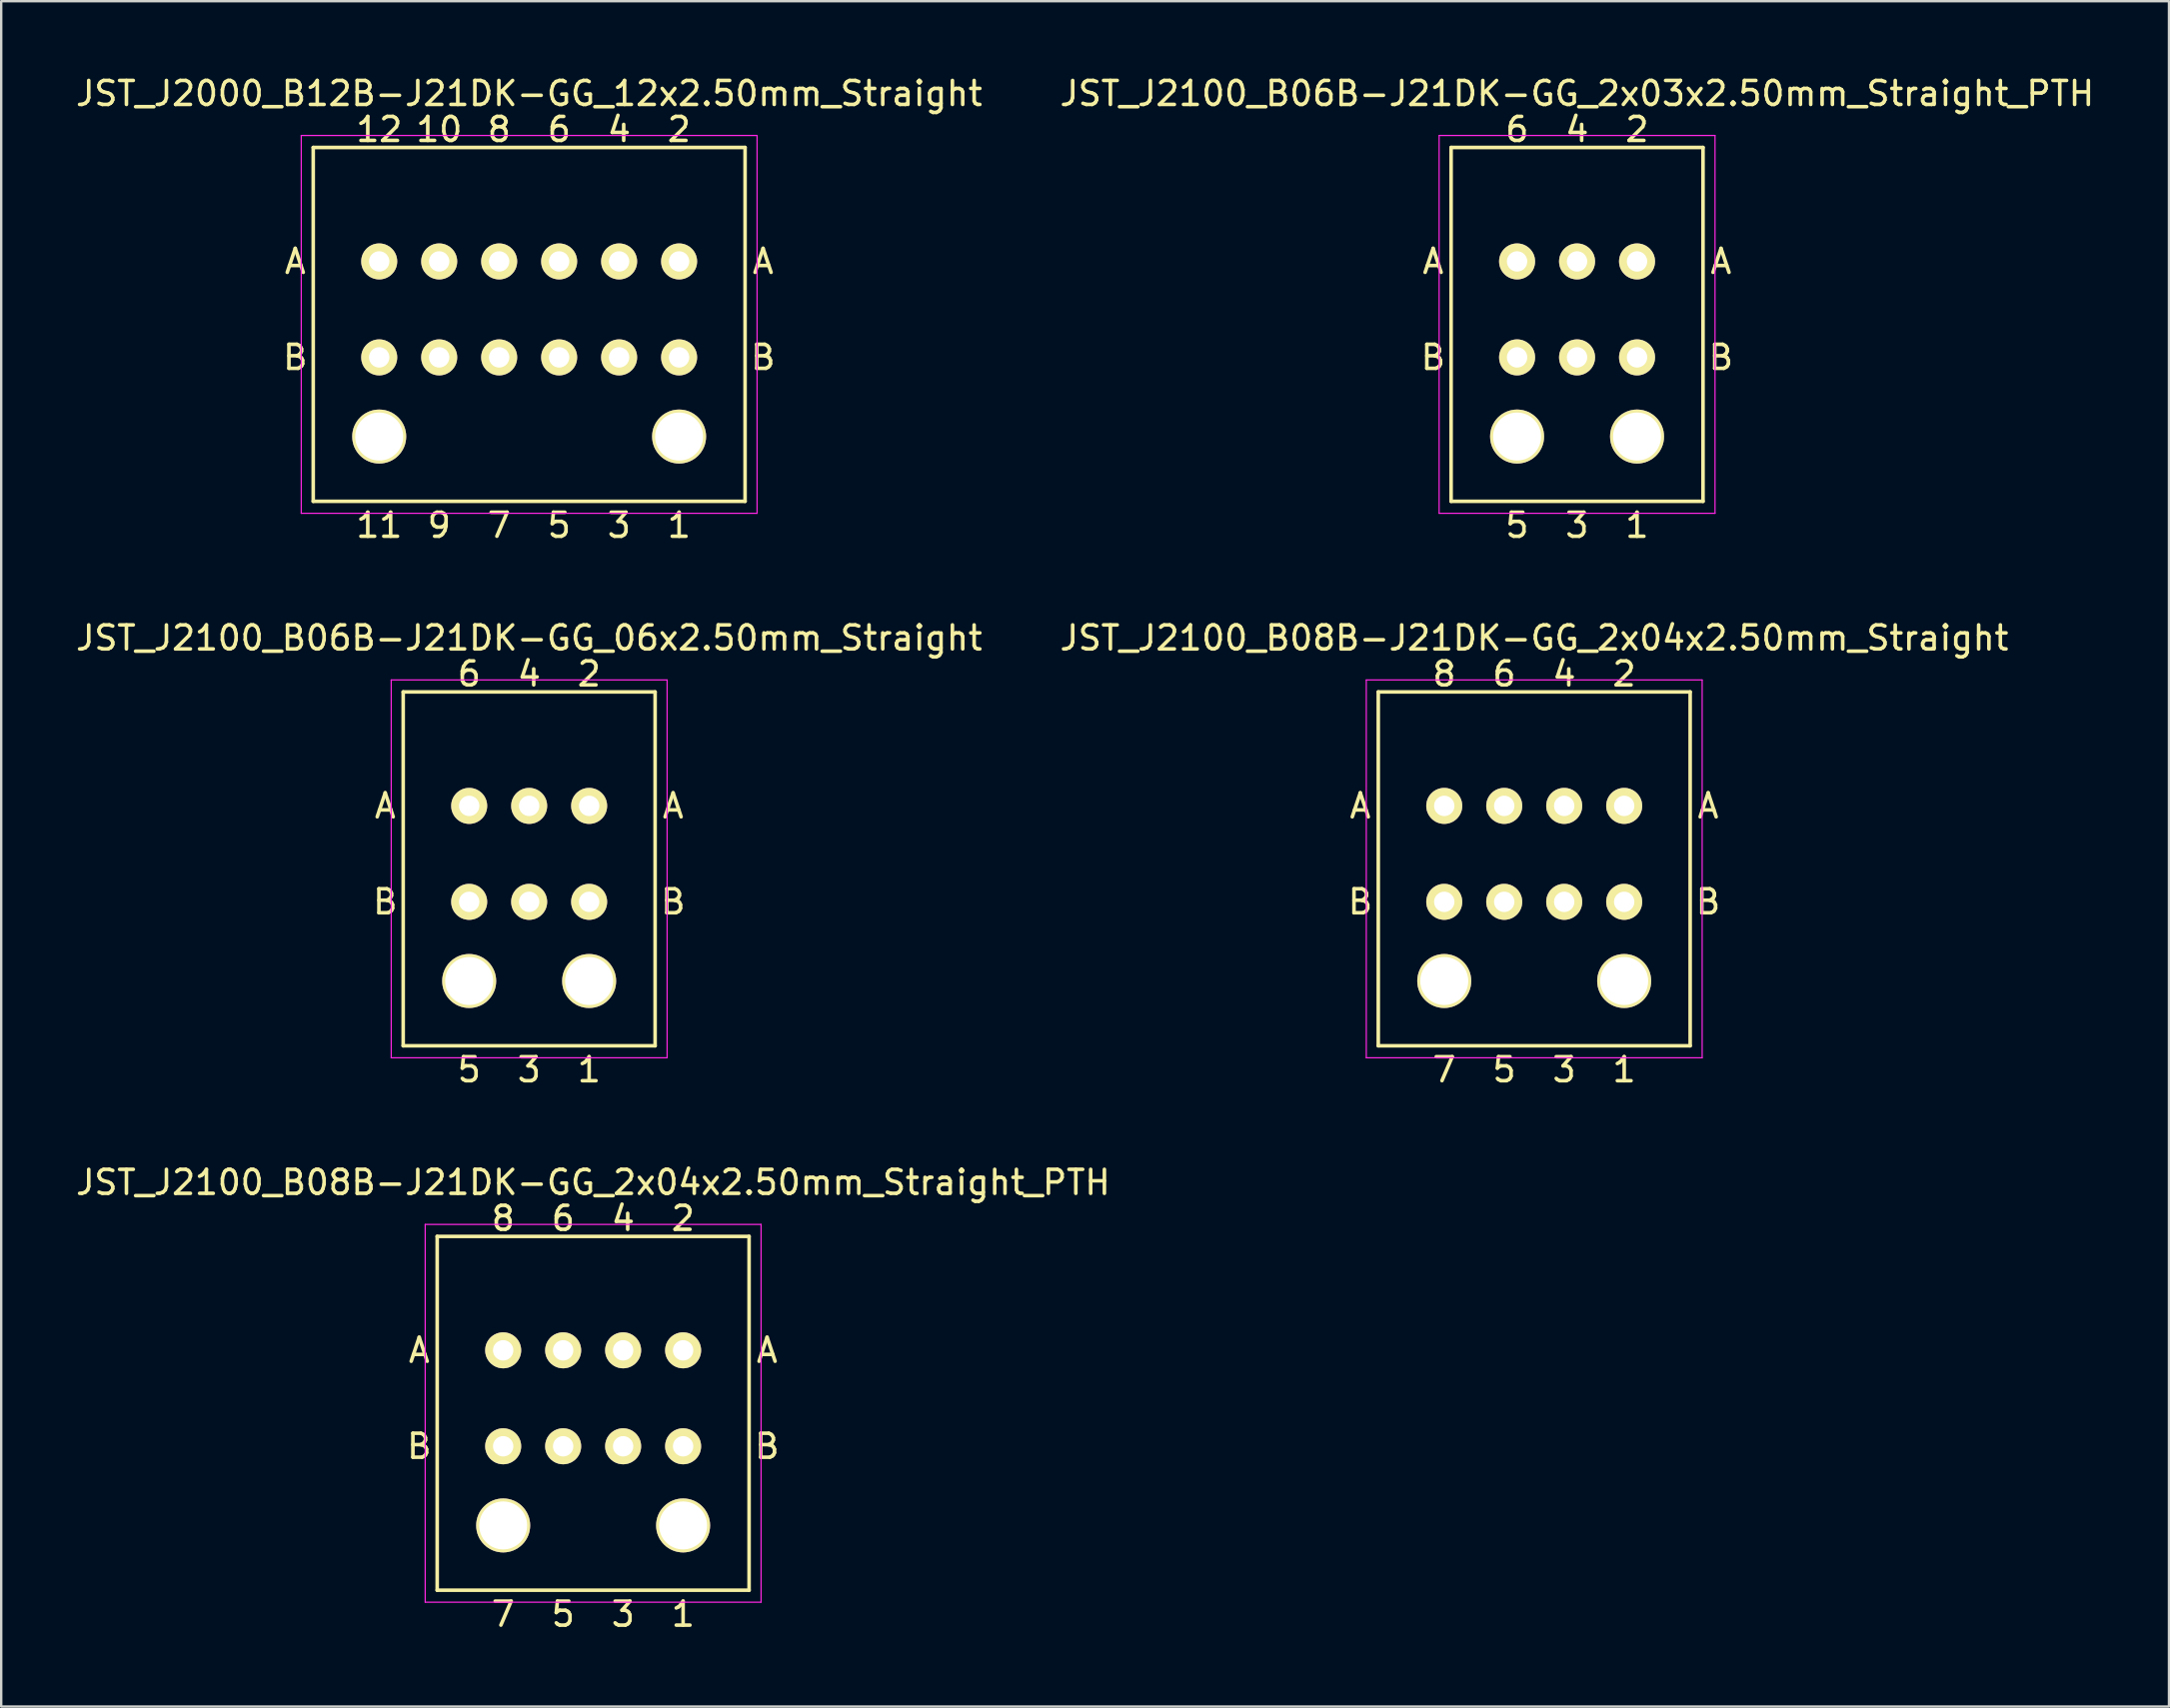
<source format=kicad_pcb>
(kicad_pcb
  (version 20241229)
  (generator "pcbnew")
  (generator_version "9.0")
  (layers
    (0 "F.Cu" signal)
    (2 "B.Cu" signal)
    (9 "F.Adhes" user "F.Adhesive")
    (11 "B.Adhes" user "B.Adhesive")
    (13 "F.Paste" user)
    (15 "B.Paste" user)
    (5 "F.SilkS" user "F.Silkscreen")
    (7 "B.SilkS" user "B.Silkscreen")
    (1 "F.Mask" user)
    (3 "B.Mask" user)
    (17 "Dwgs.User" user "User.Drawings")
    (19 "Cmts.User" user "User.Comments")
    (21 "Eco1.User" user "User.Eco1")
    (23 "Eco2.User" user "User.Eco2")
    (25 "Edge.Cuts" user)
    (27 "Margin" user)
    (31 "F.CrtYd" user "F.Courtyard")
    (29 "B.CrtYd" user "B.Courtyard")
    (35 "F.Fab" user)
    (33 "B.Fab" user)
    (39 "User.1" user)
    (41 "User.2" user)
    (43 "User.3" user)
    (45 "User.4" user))
  (footprint "JST_J2100_B08B-J21DK-GG_2x04x2.50mm_Straight"
    (layer "F.Cu")
    (at 64.649 34.545)
    (property "Reference" "JST_J2100_B08B-J21DK-GG_2x04x2.50mm_Straight" (at -3.75 -11 0) (layer "F.SilkS") (effects (font (size 1 1) (thickness 0.15))))
    (attr through_hole)
    (fp_line (start -10.25 6) (end -10.25 -8.75) (stroke (width 0.15) (type solid)) (layer "F.SilkS"))
    (fp_line (start 2.75 -8.75) (end -10.25 -8.75) (stroke (width 0.15) (type solid)) (layer "F.SilkS"))
    (fp_line (start 2.75 -8.75) (end 2.75 6) (stroke (width 0.15) (type solid)) (layer "F.SilkS"))
    (fp_line (start 2.75 6) (end -10.25 6) (stroke (width 0.15) (type solid)) (layer "F.SilkS"))
    (fp_line (start -10.75 -9.25) (end 3.25 -9.25) (stroke (width 0.05) (type solid)) (layer "F.CrtYd"))
    (fp_line (start -10.75 6.5) (end -10.75 -9.25) (stroke (width 0.05) (type solid)) (layer "F.CrtYd"))
    (fp_line (start 3.25 -9.25) (end 3.25 6.5) (stroke (width 0.05) (type solid)) (layer "F.CrtYd"))
    (fp_line (start 3.25 6.5) (end -10.75 6.5) (stroke (width 0.05) (type solid)) (layer "F.CrtYd"))
    (fp_text user "8" (at -7.5 -9.5 0) (layer "F.SilkS") (effects (font (size 1 1) (thickness 0.15))))
    (fp_text user "2" (at 0 -9.5 0) (layer "F.SilkS") (effects (font (size 1 1) (thickness 0.15))))
    (fp_text user "4" (at -2.5 -9.5 0) (layer "F.SilkS") (effects (font (size 1 1) (thickness 0.15))))
    (fp_text user "B" (at 3.5 0 0) (layer "F.SilkS") (effects (font (size 1 1) (thickness 0.15))))
    (fp_text user "A" (at -11 -4 0) (layer "F.SilkS") (effects (font (size 1 1) (thickness 0.15))))
    (fp_text user "7" (at -7.5 7 0) (layer "F.SilkS") (effects (font (size 1 1) (thickness 0.15))))
    (fp_text user "B" (at -11 0 0) (layer "F.SilkS") (effects (font (size 1 1) (thickness 0.15))))
    (fp_text user "A" (at 3.5 -4 0) (layer "F.SilkS") (effects (font (size 1 1) (thickness 0.15))))
    (fp_text user "1" (at 0 7 0) (layer "F.SilkS") (effects (font (size 1 1) (thickness 0.15))))
    (fp_text user "6" (at -5 -9.5 0) (layer "F.SilkS") (effects (font (size 1 1) (thickness 0.15))))
    (fp_text user "5" (at -5 7 0) (layer "F.SilkS") (effects (font (size 1 1) (thickness 0.15))))
    (fp_text user "3" (at -2.5 7 0) (layer "F.SilkS") (effects (font (size 1 1) (thickness 0.15))))
    (pad "" thru_hole circle (at -7.5 3.3) (size 2.25 2.25) (drill 2) (layers "*.Cu" "*.Mask" "F.SilkS"))
    (pad "" thru_hole circle (at 0 3.3) (size 2.25 2.25) (drill 2) (layers "*.Cu" "*.Mask" "F.SilkS"))
    (pad "1" thru_hole circle (at 0 0) (size 1.5 1.5) (drill 0.85) (layers "*.Cu" "*.Mask" "F.SilkS"))
    (pad "2" thru_hole circle (at 0 -4) (size 1.5 1.5) (drill 0.85) (layers "*.Cu" "*.Mask" "F.SilkS"))
    (pad "3" thru_hole circle (at -2.5 0) (size 1.5 1.5) (drill 0.85) (layers "*.Cu" "*.Mask" "F.SilkS"))
    (pad "4" thru_hole circle (at -2.5 -4) (size 1.5 1.5) (drill 0.85) (layers "*.Cu" "*.Mask" "F.SilkS"))
    (pad "5" thru_hole circle (at -5 0) (size 1.5 1.5) (drill 0.85) (layers "*.Cu" "*.Mask" "F.SilkS"))
    (pad "6" thru_hole circle (at -5 -4) (size 1.5 1.5) (drill 0.85) (layers "*.Cu" "*.Mask" "F.SilkS"))
    (pad "7" thru_hole circle (at -7.5 0) (size 1.5 1.5) (drill 0.85) (layers "*.Cu" "*.Mask" "F.SilkS"))
    (pad "8" thru_hole circle (at -7.5 -4) (size 1.5 1.5) (drill 0.85) (layers "*.Cu" "*.Mask" "F.SilkS")))
  (footprint "JST_J2100_B08B-J21DK-GG_2x04x2.50mm_Straight_PTH"
    (layer "F.Cu")
    (at 25.423 57.241)
    (property "Reference" "JST_J2100_B08B-J21DK-GG_2x04x2.50mm_Straight_PTH" (at -3.75 -11 0) (layer "F.SilkS") (effects (font (size 1 1) (thickness 0.15))))
    (attr through_hole)
    (fp_line (start -10.25 6) (end -10.25 -8.75) (stroke (width 0.15) (type solid)) (layer "F.SilkS"))
    (fp_line (start 2.75 -8.75) (end -10.25 -8.75) (stroke (width 0.15) (type solid)) (layer "F.SilkS"))
    (fp_line (start 2.75 -8.75) (end 2.75 6) (stroke (width 0.15) (type solid)) (layer "F.SilkS"))
    (fp_line (start 2.75 6) (end -10.25 6) (stroke (width 0.15) (type solid)) (layer "F.SilkS"))
    (fp_line (start -10.75 -9.25) (end 3.25 -9.25) (stroke (width 0.05) (type solid)) (layer "F.CrtYd"))
    (fp_line (start -10.75 6.5) (end -10.75 -9.25) (stroke (width 0.05) (type solid)) (layer "F.CrtYd"))
    (fp_line (start 3.25 -9.25) (end 3.25 6.5) (stroke (width 0.05) (type solid)) (layer "F.CrtYd"))
    (fp_line (start 3.25 6.5) (end -10.75 6.5) (stroke (width 0.05) (type solid)) (layer "F.CrtYd"))
    (fp_text user "7" (at -7.5 7 0) (layer "F.SilkS") (effects (font (size 1 1) (thickness 0.15))))
    (fp_text user "A" (at 3.5 -4 0) (layer "F.SilkS") (effects (font (size 1 1) (thickness 0.15))))
    (fp_text user "A" (at -11 -4 0) (layer "F.SilkS") (effects (font (size 1 1) (thickness 0.15))))
    (fp_text user "4" (at -2.5 -9.5 0) (layer "F.SilkS") (effects (font (size 1 1) (thickness 0.15))))
    (fp_text user "6" (at -5 -9.5 0) (layer "F.SilkS") (effects (font (size 1 1) (thickness 0.15))))
    (fp_text user "1" (at 0 7 0) (layer "F.SilkS") (effects (font (size 1 1) (thickness 0.15))))
    (fp_text user "B" (at -11 0 0) (layer "F.SilkS") (effects (font (size 1 1) (thickness 0.15))))
    (fp_text user "3" (at -2.5 7 0) (layer "F.SilkS") (effects (font (size 1 1) (thickness 0.15))))
    (fp_text user "8" (at -7.5 -9.5 0) (layer "F.SilkS") (effects (font (size 1 1) (thickness 0.15))))
    (fp_text user "5" (at -5 7 0) (layer "F.SilkS") (effects (font (size 1 1) (thickness 0.15))))
    (fp_text user "2" (at 0 -9.5 0) (layer "F.SilkS") (effects (font (size 1 1) (thickness 0.15))))
    (fp_text user "B" (at 3.5 0 0) (layer "F.SilkS") (effects (font (size 1 1) (thickness 0.15))))
    (pad "" thru_hole circle (at -7.5 3.3) (size 2.25 2.25) (drill 2) (layers "*.Cu" "*.Mask" "F.SilkS"))
    (pad "" thru_hole circle (at 0 3.3) (size 2.25 2.25) (drill 2) (layers "*.Cu" "*.Mask" "F.SilkS"))
    (pad "1" thru_hole circle (at 0 0) (size 1.5 1.5) (drill 0.85) (layers "*.Cu" "*.Mask" "F.SilkS"))
    (pad "2" thru_hole circle (at 0 -4) (size 1.5 1.5) (drill 0.85) (layers "*.Cu" "*.Mask" "F.SilkS"))
    (pad "3" thru_hole circle (at -2.5 0) (size 1.5 1.5) (drill 0.85) (layers "*.Cu" "*.Mask" "F.SilkS"))
    (pad "4" thru_hole circle (at -2.5 -4) (size 1.5 1.5) (drill 0.85) (layers "*.Cu" "*.Mask" "F.SilkS"))
    (pad "5" thru_hole circle (at -5 0) (size 1.5 1.5) (drill 0.85) (layers "*.Cu" "*.Mask" "F.SilkS"))
    (pad "6" thru_hole circle (at -5 -4) (size 1.5 1.5) (drill 0.85) (layers "*.Cu" "*.Mask" "F.SilkS"))
    (pad "7" thru_hole circle (at -7.5 0) (size 1.5 1.5) (drill 0.85) (layers "*.Cu" "*.Mask" "F.SilkS"))
    (pad "8" thru_hole circle (at -7.5 -4) (size 1.5 1.5) (drill 0.85) (layers "*.Cu" "*.Mask" "F.SilkS")))
  (footprint "JST_J2100_B06B-J21DK-GG_06x2.50mm_Straight"
    (layer "F.Cu")
    (at 21.506 34.545)
    (property "Reference" "JST_J2100_B06B-J21DK-GG_06x2.50mm_Straight" (at -2.5 -11 0) (layer "F.SilkS") (effects (font (size 1 1) (thickness 0.15))))
    (attr through_hole)
    (fp_line (start -7.75 6) (end -7.75 -8.75) (stroke (width 0.15) (type solid)) (layer "F.SilkS"))
    (fp_line (start 2.75 -8.75) (end -7.75 -8.75) (stroke (width 0.15) (type solid)) (layer "F.SilkS"))
    (fp_line (start 2.75 -8.75) (end 2.75 6) (stroke (width 0.15) (type solid)) (layer "F.SilkS"))
    (fp_line (start 2.75 6) (end -7.75 6) (stroke (width 0.15) (type solid)) (layer "F.SilkS"))
    (fp_line (start -8.25 -9.25) (end 3.25 -9.25) (stroke (width 0.05) (type solid)) (layer "F.CrtYd"))
    (fp_line (start -8.25 6.5) (end -8.25 -9.25) (stroke (width 0.05) (type solid)) (layer "F.CrtYd"))
    (fp_line (start 3.25 -9.25) (end 3.25 6.5) (stroke (width 0.05) (type solid)) (layer "F.CrtYd"))
    (fp_line (start 3.25 6.5) (end -8.25 6.5) (stroke (width 0.05) (type solid)) (layer "F.CrtYd"))
    (fp_text user "4" (at -2.5 -9.5 0) (layer "F.SilkS") (effects (font (size 1 1) (thickness 0.15))))
    (fp_text user "A" (at -8.5 -4 0) (layer "F.SilkS") (effects (font (size 1 1) (thickness 0.15))))
    (fp_text user "B" (at 3.5 0 0) (layer "F.SilkS") (effects (font (size 1 1) (thickness 0.15))))
    (fp_text user "A" (at 3.5 -4 0) (layer "F.SilkS") (effects (font (size 1 1) (thickness 0.15))))
    (fp_text user "1" (at 0 7 0) (layer "F.SilkS") (effects (font (size 1 1) (thickness 0.15))))
    (fp_text user "3" (at -2.5 7 0) (layer "F.SilkS") (effects (font (size 1 1) (thickness 0.15))))
    (fp_text user "5" (at -5 7 0) (layer "F.SilkS") (effects (font (size 1 1) (thickness 0.15))))
    (fp_text user "2" (at 0 -9.5 0) (layer "F.SilkS") (effects (font (size 1 1) (thickness 0.15))))
    (fp_text user "B" (at -8.5 0 0) (layer "F.SilkS") (effects (font (size 1 1) (thickness 0.15))))
    (fp_text user "6" (at -5 -9.5 0) (layer "F.SilkS") (effects (font (size 1 1) (thickness 0.15))))
    (pad "" thru_hole circle (at -5 3.3) (size 2.25 2.25) (drill 2) (layers "*.Cu" "*.Mask" "F.SilkS"))
    (pad "" thru_hole circle (at 0 3.3) (size 2.25 2.25) (drill 2) (layers "*.Cu" "*.Mask" "F.SilkS"))
    (pad "1" thru_hole circle (at 0 0) (size 1.5 1.5) (drill 0.85) (layers "*.Cu" "*.Mask" "F.SilkS"))
    (pad "2" thru_hole circle (at 0 -4) (size 1.5 1.5) (drill 0.85) (layers "*.Cu" "*.Mask" "F.SilkS"))
    (pad "3" thru_hole circle (at -2.5 0) (size 1.5 1.5) (drill 0.85) (layers "*.Cu" "*.Mask" "F.SilkS"))
    (pad "4" thru_hole circle (at -2.5 -4) (size 1.5 1.5) (drill 0.85) (layers "*.Cu" "*.Mask" "F.SilkS"))
    (pad "5" thru_hole circle (at -5 0) (size 1.5 1.5) (drill 0.85) (layers "*.Cu" "*.Mask" "F.SilkS"))
    (pad "6" thru_hole circle (at -5 -4) (size 1.5 1.5) (drill 0.85) (layers "*.Cu" "*.Mask" "F.SilkS")))
  (footprint "JST_J2100_B06B-J21DK-GG_2x03x2.50mm_Straight_PTH"
    (layer "F.Cu")
    (at 65.185 11.848)
    (property "Reference" "JST_J2100_B06B-J21DK-GG_2x03x2.50mm_Straight_PTH" (at -2.5 -11 0) (layer "F.SilkS") (effects (font (size 1 1) (thickness 0.15))))
    (attr through_hole)
    (fp_line (start -7.75 6) (end -7.75 -8.75) (stroke (width 0.15) (type solid)) (layer "F.SilkS"))
    (fp_line (start 2.75 -8.75) (end -7.75 -8.75) (stroke (width 0.15) (type solid)) (layer "F.SilkS"))
    (fp_line (start 2.75 -8.75) (end 2.75 6) (stroke (width 0.15) (type solid)) (layer "F.SilkS"))
    (fp_line (start 2.75 6) (end -7.75 6) (stroke (width 0.15) (type solid)) (layer "F.SilkS"))
    (fp_line (start -8.25 -9.25) (end 3.25 -9.25) (stroke (width 0.05) (type solid)) (layer "F.CrtYd"))
    (fp_line (start -8.25 6.5) (end -8.25 -9.25) (stroke (width 0.05) (type solid)) (layer "F.CrtYd"))
    (fp_line (start 3.25 -9.25) (end 3.25 6.5) (stroke (width 0.05) (type solid)) (layer "F.CrtYd"))
    (fp_line (start 3.25 6.5) (end -8.25 6.5) (stroke (width 0.05) (type solid)) (layer "F.CrtYd"))
    (fp_text user "6" (at -5 -9.5 0) (layer "F.SilkS") (effects (font (size 1 1) (thickness 0.15))))
    (fp_text user "5" (at -5 7 0) (layer "F.SilkS") (effects (font (size 1 1) (thickness 0.15))))
    (fp_text user "1" (at 0 7 0) (layer "F.SilkS") (effects (font (size 1 1) (thickness 0.15))))
    (fp_text user "A" (at 3.5 -4 0) (layer "F.SilkS") (effects (font (size 1 1) (thickness 0.15))))
    (fp_text user "B" (at -8.5 0 0) (layer "F.SilkS") (effects (font (size 1 1) (thickness 0.15))))
    (fp_text user "A" (at -8.5 -4 0) (layer "F.SilkS") (effects (font (size 1 1) (thickness 0.15))))
    (fp_text user "2" (at 0 -9.5 0) (layer "F.SilkS") (effects (font (size 1 1) (thickness 0.15))))
    (fp_text user "4" (at -2.5 -9.5 0) (layer "F.SilkS") (effects (font (size 1 1) (thickness 0.15))))
    (fp_text user "B" (at 3.5 0 0) (layer "F.SilkS") (effects (font (size 1 1) (thickness 0.15))))
    (fp_text user "3" (at -2.5 7 0) (layer "F.SilkS") (effects (font (size 1 1) (thickness 0.15))))
    (pad "" thru_hole circle (at -5 3.3) (size 2.25 2.25) (drill 2) (layers "*.Cu" "*.Mask" "F.SilkS"))
    (pad "" thru_hole circle (at 0 3.3) (size 2.25 2.25) (drill 2) (layers "*.Cu" "*.Mask" "F.SilkS"))
    (pad "1" thru_hole circle (at 0 0) (size 1.5 1.5) (drill 0.85) (layers "*.Cu" "*.Mask" "F.SilkS"))
    (pad "2" thru_hole circle (at 0 -4) (size 1.5 1.5) (drill 0.85) (layers "*.Cu" "*.Mask" "F.SilkS"))
    (pad "3" thru_hole circle (at -2.5 0) (size 1.5 1.5) (drill 0.85) (layers "*.Cu" "*.Mask" "F.SilkS"))
    (pad "4" thru_hole circle (at -2.5 -4) (size 1.5 1.5) (drill 0.85) (layers "*.Cu" "*.Mask" "F.SilkS"))
    (pad "5" thru_hole circle (at -5 0) (size 1.5 1.5) (drill 0.85) (layers "*.Cu" "*.Mask" "F.SilkS"))
    (pad "6" thru_hole circle (at -5 -4) (size 1.5 1.5) (drill 0.85) (layers "*.Cu" "*.Mask" "F.SilkS")))
  (footprint "JST_J2000_B12B-J21DK-GG_12x2.50mm_Straight"
    (layer "F.Cu")
    (at 25.256 11.848)
    (property "Reference" "JST_J2000_B12B-J21DK-GG_12x2.50mm_Straight" (at -6.25 -11 0) (layer "F.SilkS") (effects (font (size 1 1) (thickness 0.15))))
    (attr through_hole)
    (fp_line (start -15.25 6) (end -15.25 -8.75) (stroke (width 0.15) (type solid)) (layer "F.SilkS"))
    (fp_line (start 2.75 -8.75) (end -15.25 -8.75) (stroke (width 0.15) (type solid)) (layer "F.SilkS"))
    (fp_line (start 2.75 -8.75) (end 2.75 6) (stroke (width 0.15) (type solid)) (layer "F.SilkS"))
    (fp_line (start 2.75 6) (end -15.25 6) (stroke (width 0.15) (type solid)) (layer "F.SilkS"))
    (fp_line (start -15.75 -9.25) (end 3.25 -9.25) (stroke (width 0.05) (type solid)) (layer "F.CrtYd"))
    (fp_line (start -15.75 6.5) (end -15.75 -9.25) (stroke (width 0.05) (type solid)) (layer "F.CrtYd"))
    (fp_line (start 3.25 -9.25) (end 3.25 6.5) (stroke (width 0.05) (type solid)) (layer "F.CrtYd"))
    (fp_line (start 3.25 6.5) (end -15.75 6.5) (stroke (width 0.05) (type solid)) (layer "F.CrtYd"))
    (fp_text user "2" (at 0 -9.5 0) (layer "F.SilkS") (effects (font (size 1 1) (thickness 0.15))))
    (fp_text user "A" (at 3.5 -4 0) (layer "F.SilkS") (effects (font (size 1 1) (thickness 0.15))))
    (fp_text user "4" (at -2.5 -9.5 0) (layer "F.SilkS") (effects (font (size 1 1) (thickness 0.15))))
    (fp_text user "11" (at -12.5 7 0) (layer "F.SilkS") (effects (font (size 1 1) (thickness 0.15))))
    (fp_text user "3" (at -2.5 7 0) (layer "F.SilkS") (effects (font (size 1 1) (thickness 0.15))))
    (fp_text user "B" (at -16 0 0) (layer "F.SilkS") (effects (font (size 1 1) (thickness 0.15))))
    (fp_text user "1" (at 0 7 0) (layer "F.SilkS") (effects (font (size 1 1) (thickness 0.15))))
    (fp_text user "A" (at -16 -4 0) (layer "F.SilkS") (effects (font (size 1 1) (thickness 0.15))))
    (fp_text user "12" (at -12.5 -9.5 0) (layer "F.SilkS") (effects (font (size 1 1) (thickness 0.15))))
    (fp_text user "10" (at -10 -9.5 0) (layer "F.SilkS") (effects (font (size 1 1) (thickness 0.15))))
    (fp_text user "7" (at -7.5 7 0) (layer "F.SilkS") (effects (font (size 1 1) (thickness 0.15))))
    (fp_text user "8" (at -7.5 -9.5 0) (layer "F.SilkS") (effects (font (size 1 1) (thickness 0.15))))
    (fp_text user "9" (at -10 7 0) (layer "F.SilkS") (effects (font (size 1 1) (thickness 0.15))))
    (fp_text user "5" (at -5 7 0) (layer "F.SilkS") (effects (font (size 1 1) (thickness 0.15))))
    (fp_text user "B" (at 3.5 0 0) (layer "F.SilkS") (effects (font (size 1 1) (thickness 0.15))))
    (fp_text user "6" (at -5 -9.5 0) (layer "F.SilkS") (effects (font (size 1 1) (thickness 0.15))))
    (pad "" thru_hole circle (at -12.5 3.3) (size 2.25 2.25) (drill 2) (layers "*.Cu" "*.Mask" "F.SilkS"))
    (pad "" thru_hole circle (at 0 3.3) (size 2.25 2.25) (drill 2) (layers "*.Cu" "*.Mask" "F.SilkS"))
    (pad "1" thru_hole circle (at 0 0) (size 1.5 1.5) (drill 0.85) (layers "*.Cu" "*.Mask" "F.SilkS"))
    (pad "2" thru_hole circle (at 0 -4) (size 1.5 1.5) (drill 0.85) (layers "*.Cu" "*.Mask" "F.SilkS"))
    (pad "3" thru_hole circle (at -2.5 0) (size 1.5 1.5) (drill 0.85) (layers "*.Cu" "*.Mask" "F.SilkS"))
    (pad "4" thru_hole circle (at -2.5 -4) (size 1.5 1.5) (drill 0.85) (layers "*.Cu" "*.Mask" "F.SilkS"))
    (pad "5" thru_hole circle (at -5 0) (size 1.5 1.5) (drill 0.85) (layers "*.Cu" "*.Mask" "F.SilkS"))
    (pad "6" thru_hole circle (at -5 -4) (size 1.5 1.5) (drill 0.85) (layers "*.Cu" "*.Mask" "F.SilkS"))
    (pad "7" thru_hole circle (at -7.5 0) (size 1.5 1.5) (drill 0.85) (layers "*.Cu" "*.Mask" "F.SilkS"))
    (pad "8" thru_hole circle (at -7.5 -4) (size 1.5 1.5) (drill 0.85) (layers "*.Cu" "*.Mask" "F.SilkS"))
    (pad "9" thru_hole circle (at -12.5 0) (size 1.5 1.5) (drill 0.85) (layers "*.Cu" "*.Mask" "F.SilkS"))
    (pad "9" thru_hole circle (at -10 0) (size 1.5 1.5) (drill 0.85) (layers "*.Cu" "*.Mask" "F.SilkS"))
    (pad "10" thru_hole circle (at -12.5 -4) (size 1.5 1.5) (drill 0.85) (layers "*.Cu" "*.Mask" "F.SilkS"))
    (pad "10" thru_hole circle (at -10 -4) (size 1.5 1.5) (drill 0.85) (layers "*.Cu" "*.Mask" "F.SilkS")))
  (gr_rect
    (start -3 -3)
    (end 87.357 68.09)
    (stroke (width 0.1) (type default))
    (fill no)
    (layer "Edge.Cuts")))
</source>
